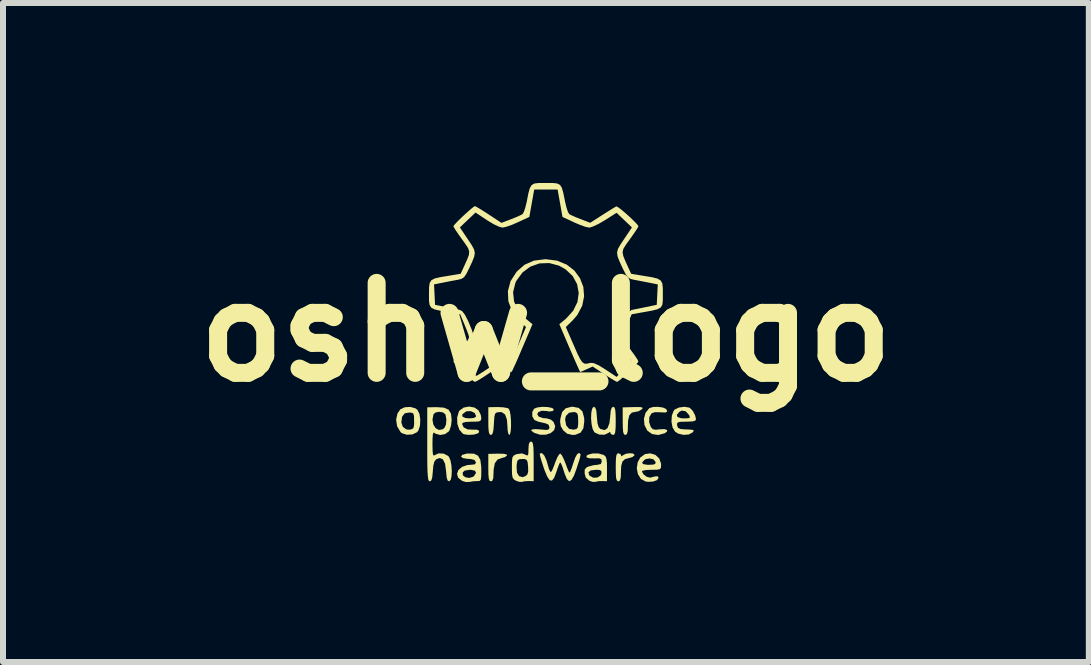
<source format=kicad_pcb>
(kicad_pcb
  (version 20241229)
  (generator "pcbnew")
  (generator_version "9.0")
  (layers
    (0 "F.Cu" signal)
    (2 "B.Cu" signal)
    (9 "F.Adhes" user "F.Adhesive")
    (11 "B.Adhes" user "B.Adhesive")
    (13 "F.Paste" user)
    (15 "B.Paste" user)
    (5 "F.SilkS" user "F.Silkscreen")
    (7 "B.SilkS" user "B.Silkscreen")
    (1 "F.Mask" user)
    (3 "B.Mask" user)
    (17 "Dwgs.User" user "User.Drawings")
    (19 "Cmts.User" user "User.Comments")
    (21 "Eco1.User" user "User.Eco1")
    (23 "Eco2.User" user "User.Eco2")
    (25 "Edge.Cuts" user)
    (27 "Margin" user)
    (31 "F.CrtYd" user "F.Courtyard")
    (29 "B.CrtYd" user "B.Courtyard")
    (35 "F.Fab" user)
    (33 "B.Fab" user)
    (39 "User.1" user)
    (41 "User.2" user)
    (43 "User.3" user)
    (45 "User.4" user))
  (footprint "oshw_logo"
    (layer "F.Cu")
    (at 6.05 2.487)
    (property "Reference" "oshw_logo" (at 0 0 0) (layer "F.SilkS") (effects (font (size 1.5 1.5) (thickness 0.3))))
    (attr board_only exclude_from_pos_files exclude_from_bom)
    (fp_poly (pts (xy -0.698 2.028) (xy -0.652 2.04) (xy -0.648 2.054) (xy -0.682 2.083) (xy -0.73 2.096) (xy -0.806 2.123) (xy -0.852 2.186) (xy -0.871 2.291) (xy -0.873 2.341) (xy -0.877 2.431) (xy -0.892 2.476) (xy -0.916 2.487) (xy -0.939 2.477) (xy -0.952 2.44) (xy -0.959 2.367) (xy -0.96 2.258) (xy -0.96 2.029) (xy -0.798 2.025)) (stroke (width 0) (type solid)) (fill yes) (layer "F.SilkS"))
    (fp_poly (pts (xy 1.602 1.253) (xy 1.612 1.268) (xy 1.6 1.285) (xy 1.543 1.319) (xy 1.501 1.327) (xy 1.432 1.341) (xy 1.39 1.387) (xy 1.37 1.475) (xy 1.367 1.553) (xy 1.364 1.648) (xy 1.351 1.698) (xy 1.327 1.713) (xy 1.324 1.714) (xy 1.302 1.703) (xy 1.288 1.666) (xy 1.282 1.593) (xy 1.28 1.484) (xy 1.28 1.254) (xy 1.458 1.249) (xy 1.554 1.248)) (stroke (width 0) (type solid)) (fill yes) (layer "F.SilkS"))
    (fp_poly (pts (xy 1.246 2.035) (xy 1.251 2.051) (xy 1.26 2.07) (xy 1.286 2.051) (xy 1.333 2.027) (xy 1.395 2.018) (xy 1.45 2.023) (xy 1.477 2.043) (xy 1.477 2.052) (xy 1.442 2.082) (xy 1.394 2.096) (xy 1.319 2.116) (xy 1.276 2.157) (xy 1.255 2.231) (xy 1.251 2.325) (xy 1.248 2.42) (xy 1.235 2.471) (xy 1.211 2.487) (xy 1.207 2.487) (xy 1.186 2.477) (xy 1.172 2.441) (xy 1.166 2.368) (xy 1.164 2.253) (xy 1.166 2.135) (xy 1.172 2.063) (xy 1.186 2.027) (xy 1.207 2.018)) (stroke (width 0) (type solid)) (fill yes) (layer "F.SilkS"))
    (fp_poly (pts (xy 1.953 1.257) (xy 2.004 1.281) (xy 2.004 1.281) (xy 2.024 1.322) (xy 1.991 1.34) (xy 1.906 1.335) (xy 1.903 1.335) (xy 1.814 1.334) (xy 1.76 1.354) (xy 1.724 1.415) (xy 1.721 1.5) (xy 1.748 1.58) (xy 1.78 1.617) (xy 1.83 1.627) (xy 1.892 1.62) (xy 1.974 1.616) (xy 2.019 1.63) (xy 2.019 1.657) (xy 1.981 1.685) (xy 1.873 1.714) (xy 1.769 1.698) (xy 1.69 1.641) (xy 1.643 1.548) (xy 1.634 1.443) (xy 1.661 1.344) (xy 1.721 1.27) (xy 1.728 1.265) (xy 1.789 1.247) (xy 1.873 1.245)) (stroke (width 0) (type solid)) (fill yes) (layer "F.SilkS"))
    (fp_poly (pts (xy -0.716 1.252) (xy -0.644 1.265) (xy -0.621 1.275) (xy -0.602 1.314) (xy -0.589 1.387) (xy -0.582 1.478) (xy -0.581 1.572) (xy -0.587 1.652) (xy -0.599 1.703) (xy -0.611 1.714) (xy -0.628 1.689) (xy -0.639 1.627) (xy -0.64 1.591) (xy -0.65 1.457) (xy -0.681 1.372) (xy -0.735 1.334) (xy -0.778 1.332) (xy -0.821 1.339) (xy -0.846 1.359) (xy -0.858 1.404) (xy -0.865 1.486) (xy -0.867 1.527) (xy -0.875 1.632) (xy -0.889 1.691) (xy -0.911 1.713) (xy -0.918 1.714) (xy -0.939 1.702) (xy -0.952 1.663) (xy -0.959 1.585) (xy -0.96 1.482) (xy -0.96 1.251) (xy -0.81 1.248)) (stroke (width 0) (type solid)) (fill yes) (layer "F.SilkS"))
    (fp_poly (pts (xy 0.548 1.263) (xy 0.609 1.322) (xy 0.637 1.425) (xy 0.64 1.483) (xy 0.625 1.602) (xy 0.577 1.676) (xy 0.493 1.71) (xy 0.444 1.714) (xy 0.353 1.692) (xy 0.29 1.638) (xy 0.249 1.571) (xy 0.237 1.496) (xy 0.24 1.456) (xy 0.32 1.456) (xy 0.338 1.554) (xy 0.387 1.612) (xy 0.46 1.625) (xy 0.507 1.616) (xy 0.53 1.591) (xy 0.538 1.535) (xy 0.538 1.479) (xy 0.535 1.396) (xy 0.522 1.353) (xy 0.491 1.335) (xy 0.471 1.331) (xy 0.386 1.343) (xy 0.333 1.397) (xy 0.32 1.456) (xy 0.24 1.456) (xy 0.242 1.439) (xy 0.27 1.332) (xy 0.33 1.269) (xy 0.426 1.244) (xy 0.452 1.244)) (stroke (width 0) (type solid)) (fill yes) (layer "F.SilkS"))
    (fp_poly (pts (xy -2.175 1.27) (xy -2.143 1.294) (xy -2.108 1.363) (xy -2.094 1.457) (xy -2.099 1.557) (xy -2.125 1.638) (xy -2.148 1.668) (xy -2.227 1.705) (xy -2.32 1.71) (xy -2.402 1.683) (xy -2.423 1.665) (xy -2.48 1.57) (xy -2.49 1.505) (xy -2.41 1.505) (xy -2.385 1.578) (xy -2.328 1.621) (xy -2.276 1.626) (xy -2.229 1.616) (xy -2.205 1.591) (xy -2.197 1.536) (xy -2.197 1.479) (xy -2.199 1.397) (xy -2.21 1.356) (xy -2.241 1.342) (xy -2.283 1.34) (xy -2.353 1.353) (xy -2.392 1.401) (xy -2.398 1.415) (xy -2.41 1.505) (xy -2.49 1.505) (xy -2.497 1.46) (xy -2.474 1.355) (xy -2.427 1.287) (xy -2.354 1.252) (xy -2.261 1.246)) (stroke (width 0) (type solid)) (fill yes) (layer "F.SilkS"))
    (fp_poly (pts (xy 1.143 1.255) (xy 1.156 1.294) (xy 1.162 1.371) (xy 1.164 1.479) (xy 1.162 1.596) (xy 1.155 1.668) (xy 1.142 1.704) (xy 1.12 1.714) (xy 1.081 1.696) (xy 1.077 1.68) (xy 1.068 1.661) (xy 1.042 1.68) (xy 0.975 1.71) (xy 0.89 1.707) (xy 0.816 1.674) (xy 0.805 1.663) (xy 0.778 1.611) (xy 0.761 1.531) (xy 0.753 1.438) (xy 0.756 1.349) (xy 0.769 1.28) (xy 0.792 1.245) (xy 0.799 1.244) (xy 0.824 1.26) (xy 0.841 1.313) (xy 0.85 1.413) (xy 0.85 1.414) (xy 0.86 1.521) (xy 0.881 1.585) (xy 0.909 1.614) (xy 0.977 1.633) (xy 1.027 1.6) (xy 1.059 1.516) (xy 1.071 1.414) (xy 1.08 1.313) (xy 1.096 1.26) (xy 1.122 1.244) (xy 1.122 1.244)) (stroke (width 0) (type solid)) (fill yes) (layer "F.SilkS"))
    (fp_poly (pts (xy 0.03 1.248) (xy 0.101 1.263) (xy 0.112 1.268) (xy 0.133 1.296) (xy 0.11 1.316) (xy 0.056 1.322) (xy 0.015 1.315) (xy -0.067 1.31) (xy -0.126 1.332) (xy -0.145 1.368) (xy -0.119 1.409) (xy -0.046 1.433) (xy 0.015 1.437) (xy 0.084 1.459) (xy 0.127 1.496) (xy 0.155 1.569) (xy 0.137 1.633) (xy 0.081 1.682) (xy 0.000249 1.709) (xy -0.096 1.71) (xy -0.195 1.678) (xy -0.197 1.677) (xy -0.244 1.643) (xy -0.236 1.623) (xy -0.176 1.616) (xy -0.084 1.622) (xy 0.001 1.63) (xy 0.043 1.624) (xy 0.057 1.601) (xy 0.058 1.583) (xy 0.043 1.541) (xy -0.012 1.518) (xy -0.046 1.511) (xy -0.128 1.492) (xy -0.188 1.466) (xy -0.192 1.463) (xy -0.227 1.404) (xy -0.227 1.33) (xy -0.198 1.277) (xy -0.145 1.255) (xy -0.061 1.245)) (stroke (width 0) (type solid)) (fill yes) (layer "F.SilkS"))
    (fp_poly (pts (xy -1.189 1.257) (xy -1.122 1.305) (xy -1.087 1.376) (xy -1.077 1.43) (xy -1.082 1.466) (xy -1.107 1.485) (xy -1.165 1.492) (xy -1.237 1.492) (xy -1.336 1.497) (xy -1.386 1.511) (xy -1.397 1.531) (xy -1.371 1.587) (xy -1.305 1.621) (xy -1.221 1.625) (xy -1.15 1.625) (xy -1.113 1.644) (xy -1.119 1.674) (xy -1.138 1.689) (xy -1.202 1.707) (xy -1.288 1.712) (xy -1.363 1.702) (xy -1.385 1.692) (xy -1.443 1.626) (xy -1.476 1.529) (xy -1.48 1.423) (xy -1.475 1.406) (xy -1.393 1.406) (xy -1.343 1.431) (xy -1.28 1.437) (xy -1.199 1.43) (xy -1.165 1.407) (xy -1.164 1.397) (xy -1.188 1.347) (xy -1.247 1.318) (xy -1.317 1.318) (xy -1.338 1.327) (xy -1.393 1.369) (xy -1.393 1.406) (xy -1.475 1.406) (xy -1.452 1.327) (xy -1.439 1.305) (xy -1.371 1.257) (xy -1.28 1.24)) (stroke (width 0) (type solid)) (fill yes) (layer "F.SilkS"))
    (fp_poly (pts (xy 0.876 2.022) (xy 0.962 2.046) (xy 0.992 2.069) (xy 1.009 2.11) (xy 1.017 2.18) (xy 1.018 2.279) (xy 1.018 2.484) (xy 0.935 2.482) (xy 0.865 2.485) (xy 0.825 2.496) (xy 0.78 2.496) (xy 0.726 2.478) (xy 0.665 2.425) (xy 0.646 2.356) (xy 0.646 2.337) (xy 0.708 2.337) (xy 0.723 2.385) (xy 0.73 2.393) (xy 0.788 2.426) (xy 0.855 2.424) (xy 0.909 2.392) (xy 0.926 2.356) (xy 0.924 2.314) (xy 0.893 2.297) (xy 0.833 2.294) (xy 0.746 2.305) (xy 0.708 2.337) (xy 0.646 2.337) (xy 0.647 2.289) (xy 0.68 2.253) (xy 0.713 2.239) (xy 0.798 2.217) (xy 0.86 2.211) (xy 0.916 2.198) (xy 0.931 2.154) (xy 0.923 2.117) (xy 0.889 2.103) (xy 0.816 2.104) (xy 0.727 2.103) (xy 0.678 2.088) (xy 0.677 2.062) (xy 0.699 2.044) (xy 0.777 2.022)) (stroke (width 0) (type solid)) (fill yes) (layer "F.SilkS"))
    (fp_poly (pts (xy -1.198 2.026) (xy -1.132 2.059) (xy -1.093 2.129) (xy -1.078 2.243) (xy -1.077 2.298) (xy -1.078 2.398) (xy -1.084 2.454) (xy -1.101 2.478) (xy -1.13 2.483) (xy -1.142 2.482) (xy -1.223 2.487) (xy -1.266 2.496) (xy -1.335 2.498) (xy -1.397 2.479) (xy -1.463 2.426) (xy -1.482 2.362) (xy -1.473 2.338) (xy -1.387 2.338) (xy -1.384 2.387) (xy -1.341 2.419) (xy -1.28 2.43) (xy -1.218 2.413) (xy -1.199 2.399) (xy -1.164 2.346) (xy -1.182 2.31) (xy -1.252 2.294) (xy -1.267 2.294) (xy -1.353 2.307) (xy -1.387 2.338) (xy -1.473 2.338) (xy -1.459 2.299) (xy -1.399 2.246) (xy -1.308 2.215) (xy -1.257 2.211) (xy -1.19 2.205) (xy -1.168 2.182) (xy -1.169 2.163) (xy -1.194 2.129) (xy -1.257 2.114) (xy -1.295 2.113) (xy -1.381 2.1) (xy -1.415 2.075) (xy -1.396 2.046) (xy -1.324 2.025) (xy -1.299 2.023)) (stroke (width 0) (type solid)) (fill yes) (layer "F.SilkS"))
    (fp_poly (pts (xy 1.824 2.045) (xy 1.889 2.105) (xy 1.92 2.194) (xy 1.92 2.211) (xy 1.918 2.259) (xy 1.9 2.283) (xy 1.853 2.293) (xy 1.763 2.294) (xy 1.76 2.294) (xy 1.673 2.298) (xy 1.614 2.309) (xy 1.6 2.32) (xy 1.624 2.367) (xy 1.677 2.409) (xy 1.733 2.425) (xy 1.743 2.424) (xy 1.824 2.404) (xy 1.864 2.403) (xy 1.876 2.421) (xy 1.877 2.43) (xy 1.851 2.467) (xy 1.787 2.49) (xy 1.705 2.495) (xy 1.659 2.488) (xy 1.583 2.445) (xy 1.534 2.367) (xy 1.515 2.27) (xy 1.529 2.173) (xy 1.604 2.173) (xy 1.62 2.199) (xy 1.691 2.211) (xy 1.719 2.211) (xy 1.795 2.207) (xy 1.826 2.19) (xy 1.828 2.163) (xy 1.794 2.121) (xy 1.731 2.105) (xy 1.664 2.116) (xy 1.642 2.129) (xy 1.604 2.173) (xy 1.529 2.173) (xy 1.53 2.169) (xy 1.573 2.09) (xy 1.651 2.033) (xy 1.74 2.02)) (stroke (width 0) (type solid)) (fill yes) (layer "F.SilkS"))
    (fp_poly (pts (xy 2.39 1.258) (xy 2.403 1.265) (xy 2.45 1.315) (xy 2.488 1.389) (xy 2.502 1.449) (xy 2.49 1.475) (xy 2.444 1.488) (xy 2.353 1.492) (xy 2.34 1.492) (xy 2.248 1.494) (xy 2.201 1.503) (xy 2.186 1.524) (xy 2.187 1.555) (xy 2.203 1.596) (xy 2.246 1.615) (xy 2.313 1.62) (xy 2.408 1.624) (xy 2.455 1.631) (xy 2.465 1.644) (xy 2.448 1.668) (xy 2.444 1.672) (xy 2.381 1.706) (xy 2.294 1.712) (xy 2.205 1.691) (xy 2.153 1.658) (xy 2.111 1.588) (xy 2.093 1.492) (xy 2.099 1.392) (xy 2.104 1.378) (xy 2.182 1.378) (xy 2.194 1.415) (xy 2.257 1.435) (xy 2.3 1.437) (xy 2.373 1.435) (xy 2.4 1.423) (xy 2.392 1.393) (xy 2.385 1.38) (xy 2.33 1.319) (xy 2.266 1.307) (xy 2.225 1.327) (xy 2.182 1.378) (xy 2.104 1.378) (xy 2.129 1.312) (xy 2.148 1.289) (xy 2.219 1.256) (xy 2.31 1.244)) (stroke (width 0) (type solid)) (fill yes) (layer "F.SilkS"))
    (fp_poly (pts (xy -0.228 1.832) (xy -0.216 1.863) (xy -0.208 1.925) (xy -0.205 2.025) (xy -0.204 2.154) (xy -0.204 2.484) (xy -0.287 2.482) (xy -0.357 2.485) (xy -0.397 2.496) (xy -0.441 2.496) (xy -0.496 2.478) (xy -0.534 2.455) (xy -0.555 2.423) (xy -0.565 2.365) (xy -0.567 2.269) (xy -0.567 2.252) (xy -0.567 2.238) (xy -0.489 2.238) (xy -0.483 2.339) (xy -0.448 2.4) (xy -0.39 2.417) (xy -0.344 2.402) (xy -0.309 2.372) (xy -0.295 2.32) (xy -0.297 2.244) (xy -0.305 2.165) (xy -0.322 2.127) (xy -0.358 2.115) (xy -0.393 2.114) (xy -0.447 2.119) (xy -0.474 2.141) (xy -0.486 2.197) (xy -0.489 2.238) (xy -0.567 2.238) (xy -0.566 2.151) (xy -0.559 2.091) (xy -0.54 2.059) (xy -0.505 2.04) (xy -0.486 2.033) (xy -0.399 2.021) (xy -0.348 2.04) (xy -0.313 2.056) (xy -0.296 2.043) (xy -0.291 1.99) (xy -0.291 1.949) (xy -0.285 1.867) (xy -0.266 1.829) (xy -0.247 1.824)) (stroke (width 0) (type solid)) (fill yes) (layer "F.SilkS"))
    (fp_poly (pts (xy -0.026 2.058) (xy 0.01 2.139) (xy 0.027 2.197) (xy 0.05 2.277) (xy 0.072 2.325) (xy 0.086 2.331) (xy 0.108 2.294) (xy 0.138 2.221) (xy 0.159 2.161) (xy 0.192 2.083) (xy 0.223 2.034) (xy 0.241 2.025) (xy 0.267 2.054) (xy 0.3 2.121) (xy 0.325 2.183) (xy 0.356 2.266) (xy 0.381 2.325) (xy 0.391 2.343) (xy 0.405 2.326) (xy 0.429 2.268) (xy 0.455 2.187) (xy 0.488 2.093) (xy 0.521 2.033) (xy 0.543 2.018) (xy 0.566 2.02) (xy 0.577 2.033) (xy 0.574 2.067) (xy 0.557 2.131) (xy 0.523 2.236) (xy 0.514 2.266) (xy 0.467 2.393) (xy 0.425 2.465) (xy 0.387 2.484) (xy 0.35 2.449) (xy 0.313 2.361) (xy 0.301 2.323) (xy 0.274 2.24) (xy 0.25 2.185) (xy 0.236 2.171) (xy 0.219 2.204) (xy 0.193 2.273) (xy 0.175 2.33) (xy 0.137 2.428) (xy 0.101 2.474) (xy 0.064 2.469) (xy 0.024 2.411) (xy -0.023 2.3) (xy -0.036 2.262) (xy -0.07 2.158) (xy -0.094 2.077) (xy -0.103 2.029) (xy -0.102 2.023) (xy -0.065 2.016)) (stroke (width 0) (type solid)) (fill yes) (layer "F.SilkS"))
    (fp_poly (pts (xy -1.702 1.258) (xy -1.623 1.292) (xy -1.582 1.359) (xy -1.571 1.463) (xy -1.581 1.556) (xy -1.606 1.634) (xy -1.616 1.652) (xy -1.68 1.699) (xy -1.763 1.714) (xy -1.839 1.693) (xy -1.856 1.68) (xy -1.874 1.675) (xy -1.885 1.706) (xy -1.89 1.779) (xy -1.891 1.866) (xy -1.889 1.975) (xy -1.883 2.037) (xy -1.87 2.058) (xy -1.856 2.051) (xy -1.787 2.02) (xy -1.704 2.025) (xy -1.631 2.062) (xy -1.616 2.079) (xy -1.591 2.138) (xy -1.575 2.222) (xy -1.569 2.315) (xy -1.573 2.401) (xy -1.588 2.463) (xy -1.613 2.487) (xy -1.639 2.472) (xy -1.655 2.418) (xy -1.664 2.318) (xy -1.664 2.318) (xy -1.681 2.193) (xy -1.717 2.12) (xy -1.771 2.098) (xy -1.826 2.117) (xy -1.858 2.154) (xy -1.877 2.225) (xy -1.885 2.318) (xy -1.894 2.418) (xy -1.91 2.471) (xy -1.936 2.487) (xy -1.936 2.487) (xy -1.95 2.48) (xy -1.961 2.454) (xy -1.968 2.403) (xy -1.974 2.32) (xy -1.977 2.2) (xy -1.978 2.036) (xy -1.978 1.87) (xy -1.978 1.46) (xy -1.891 1.46) (xy -1.877 1.539) (xy -1.839 1.6) (xy -1.785 1.63) (xy -1.724 1.62) (xy -1.693 1.598) (xy -1.666 1.541) (xy -1.659 1.459) (xy -1.673 1.377) (xy -1.676 1.37) (xy -1.716 1.337) (xy -1.781 1.327) (xy -1.844 1.341) (xy -1.874 1.37) (xy -1.891 1.46) (xy -1.978 1.46) (xy -1.978 1.253) (xy -1.826 1.25)) (stroke (width 0) (type solid)) (fill yes) (layer "F.SilkS"))
    (fp_poly (pts (xy 0 -2.487) (xy 0.111 -2.487) (xy 0.186 -2.479) (xy 0.235 -2.455) (xy 0.266 -2.405) (xy 0.29 -2.321) (xy 0.316 -2.193) (xy 0.319 -2.177) (xy 0.342 -2.08) (xy 0.367 -2.005) (xy 0.389 -1.968) (xy 0.433 -1.945) (xy 0.511 -1.911) (xy 0.58 -1.884) (xy 0.738 -1.823) (xy 0.944 -1.955) (xy 1.04 -2.016) (xy 1.119 -2.065) (xy 1.167 -2.093) (xy 1.174 -2.097) (xy 1.203 -2.083) (xy 1.26 -2.04) (xy 1.333 -1.978) (xy 1.41 -1.909) (xy 1.478 -1.843) (xy 1.526 -1.791) (xy 1.542 -1.765) (xy 1.527 -1.735) (xy 1.485 -1.671) (xy 1.426 -1.586) (xy 1.398 -1.547) (xy 1.331 -1.454) (xy 1.291 -1.389) (xy 1.278 -1.333) (xy 1.289 -1.272) (xy 1.323 -1.187) (xy 1.362 -1.102) (xy 1.421 -0.973) (xy 1.634 -0.938) (xy 1.772 -0.915) (xy 1.862 -0.892) (xy 1.915 -0.86) (xy 1.941 -0.81) (xy 1.949 -0.731) (xy 1.949 -0.634) (xy 1.949 -0.529) (xy 1.941 -0.458) (xy 1.915 -0.412) (xy 1.862 -0.382) (xy 1.773 -0.36) (xy 1.637 -0.335) (xy 1.624 -0.333) (xy 1.429 -0.298) (xy 1.355 -0.121) (xy 1.317 -0.028) (xy 1.29 0.047) (xy 1.28 0.087) (xy 1.28 0.087) (xy 1.296 0.122) (xy 1.338 0.189) (xy 1.398 0.274) (xy 1.411 0.292) (xy 1.473 0.377) (xy 1.52 0.446) (xy 1.541 0.486) (xy 1.542 0.489) (xy 1.523 0.518) (xy 1.472 0.573) (xy 1.404 0.642) (xy 1.328 0.714) (xy 1.258 0.776) (xy 1.206 0.818) (xy 1.186 0.829) (xy 1.155 0.814) (xy 1.089 0.775) (xy 1.001 0.719) (xy 0.973 0.701) (xy 0.78 0.573) (xy 0.68 0.618) (xy 0.614 0.647) (xy 0.575 0.663) (xy 0.572 0.663) (xy 0.559 0.639) (xy 0.528 0.572) (xy 0.484 0.472) (xy 0.429 0.346) (xy 0.394 0.265) (xy 0.224 -0.133) (xy 0.335 -0.225) (xy 0.455 -0.357) (xy 0.526 -0.503) (xy 0.547 -0.653) (xy 0.52 -0.8) (xy 0.447 -0.935) (xy 0.328 -1.047) (xy 0.218 -1.109) (xy 0.055 -1.152) (xy -0.108 -1.146) (xy -0.26 -1.092) (xy -0.39 -0.995) (xy -0.49 -0.86) (xy -0.508 -0.823) (xy -0.547 -0.667) (xy -0.531 -0.511) (xy -0.46 -0.362) (xy -0.339 -0.228) (xy -0.335 -0.225) (xy -0.224 -0.132) (xy -0.394 0.265) (xy -0.452 0.402) (xy -0.503 0.518) (xy -0.543 0.605) (xy -0.566 0.655) (xy -0.572 0.663) (xy -0.601 0.653) (xy -0.662 0.626) (xy -0.68 0.618) (xy -0.781 0.572) (xy -0.97 0.701) (xy -1.062 0.761) (xy -1.136 0.806) (xy -1.18 0.828) (xy -1.184 0.829) (xy -1.215 0.811) (xy -1.275 0.762) (xy -1.352 0.692) (xy -1.376 0.669) (xy -1.453 0.593) (xy -1.511 0.53) (xy -1.54 0.493) (xy -1.542 0.488) (xy -1.526 0.456) (xy -1.484 0.393) (xy -1.425 0.31) (xy -1.411 0.292) (xy -1.349 0.205) (xy -1.302 0.133) (xy -1.281 0.09) (xy -1.28 0.087) (xy -1.29 0.047) (xy -1.317 -0.028) (xy -1.355 -0.121) (xy -1.355 -0.121) (xy -1.429 -0.298) (xy -1.624 -0.333) (xy -1.764 -0.358) (xy -1.857 -0.38) (xy -1.912 -0.409) (xy -1.939 -0.454) (xy -1.949 -0.522) (xy -1.949 -0.624) (xy -1.949 -0.634) (xy -1.948 -0.744) (xy -1.941 -0.796) (xy -1.865 -0.796) (xy -1.856 -0.626) (xy -1.848 -0.456) (xy -1.673 -0.42) (xy -1.568 -0.398) (xy -1.479 -0.38) (xy -1.436 -0.371) (xy -1.394 -0.348) (xy -1.35 -0.29) (xy -1.298 -0.189) (xy -1.283 -0.154) (xy -1.24 -0.05) (xy -1.209 0.039) (xy -1.193 0.097) (xy -1.193 0.104) (xy -1.209 0.152) (xy -1.252 0.228) (xy -1.309 0.311) (xy -1.368 0.392) (xy -1.409 0.455) (xy -1.426 0.487) (xy -1.426 0.487) (xy -1.406 0.523) (xy -1.357 0.577) (xy -1.292 0.637) (xy -1.226 0.689) (xy -1.174 0.722) (xy -1.152 0.726) (xy -1.113 0.702) (xy -1.042 0.657) (xy -0.954 0.599) (xy -0.954 0.598) (xy -0.864 0.541) (xy -0.804 0.511) (xy -0.76 0.506) (xy -0.715 0.519) (xy -0.709 0.522) (xy -0.647 0.539) (xy -0.609 0.533) (xy -0.59 0.5) (xy -0.555 0.427) (xy -0.508 0.324) (xy -0.46 0.213) (xy -0.332 -0.085) (xy -0.451 -0.202) (xy -0.565 -0.352) (xy -0.626 -0.515) (xy -0.634 -0.684) (xy -0.589 -0.851) (xy -0.489 -1.006) (xy -0.488 -1.008) (xy -0.356 -1.124) (xy -0.2 -1.192) (xy -0.012 -1.216) (xy 0 -1.216) (xy 0.187 -1.192) (xy 0.347 -1.126) (xy 0.475 -1.026) (xy 0.568 -0.899) (xy 0.624 -0.754) (xy 0.637 -0.598) (xy 0.605 -0.44) (xy 0.524 -0.287) (xy 0.451 -0.202) (xy 0.332 -0.085) (xy 0.468 0.227) (xy 0.526 0.36) (xy 0.571 0.449) (xy 0.608 0.502) (xy 0.645 0.525) (xy 0.688 0.525) (xy 0.742 0.512) (xy 0.797 0.516) (xy 0.882 0.554) (xy 0.989 0.62) (xy 1.178 0.745) (xy 1.302 0.629) (xy 1.368 0.564) (xy 1.413 0.512) (xy 1.426 0.489) (xy 1.41 0.456) (xy 1.369 0.392) (xy 1.311 0.31) (xy 1.309 0.307) (xy 1.251 0.221) (xy 1.209 0.147) (xy 1.193 0.101) (xy 1.204 0.053) (xy 1.232 -0.03) (xy 1.273 -0.131) (xy 1.283 -0.154) (xy 1.338 -0.268) (xy 1.383 -0.337) (xy 1.425 -0.368) (xy 1.436 -0.371) (xy 1.498 -0.384) (xy 1.593 -0.403) (xy 1.673 -0.42) (xy 1.848 -0.456) (xy 1.856 -0.626) (xy 1.865 -0.796) (xy 1.725 -0.824) (xy 1.613 -0.846) (xy 1.503 -0.867) (xy 1.474 -0.872) (xy 1.411 -0.887) (xy 1.368 -0.914) (xy 1.33 -0.965) (xy 1.285 -1.054) (xy 1.281 -1.062) (xy 1.226 -1.181) (xy 1.194 -1.265) (xy 1.186 -1.329) (xy 1.202 -1.39) (xy 1.244 -1.463) (xy 1.299 -1.545) (xy 1.434 -1.746) (xy 1.306 -1.868) (xy 1.178 -1.99) (xy 0.983 -1.866) (xy 0.882 -1.807) (xy 0.792 -1.764) (xy 0.729 -1.743) (xy 0.721 -1.743) (xy 0.662 -1.755) (xy 0.572 -1.787) (xy 0.468 -1.831) (xy 0.466 -1.833) (xy 0.276 -1.921) (xy 0.236 -2.149) (xy 0.195 -2.377) (xy 0 -2.377) (xy -0.195 -2.377) (xy -0.236 -2.149) (xy -0.276 -1.921) (xy -0.466 -1.833) (xy -0.569 -1.788) (xy -0.662 -1.756) (xy -0.722 -1.743) (xy -0.723 -1.743) (xy -0.779 -1.757) (xy -0.865 -1.797) (xy -0.963 -1.855) (xy -0.983 -1.868) (xy -1.173 -1.994) (xy -1.304 -1.87) (xy -1.434 -1.746) (xy -1.299 -1.545) (xy -1.236 -1.45) (xy -1.198 -1.38) (xy -1.185 -1.319) (xy -1.197 -1.253) (xy -1.233 -1.165) (xy -1.281 -1.062) (xy -1.327 -0.97) (xy -1.365 -0.916) (xy -1.408 -0.888) (xy -1.468 -0.873) (xy -1.474 -0.872) (xy -1.574 -0.854) (xy -1.69 -0.831) (xy -1.725 -0.824) (xy -1.865 -0.796) (xy -1.941 -0.796) (xy -1.938 -0.819) (xy -1.909 -0.866) (xy -1.851 -0.896) (xy -1.755 -0.918) (xy -1.634 -0.938) (xy -1.421 -0.973) (xy -1.362 -1.102) (xy -1.312 -1.213) (xy -1.283 -1.29) (xy -1.279 -1.348) (xy -1.299 -1.404) (xy -1.346 -1.476) (xy -1.398 -1.547) (xy -1.463 -1.639) (xy -1.513 -1.713) (xy -1.539 -1.758) (xy -1.542 -1.765) (xy -1.523 -1.793) (xy -1.472 -1.847) (xy -1.403 -1.915) (xy -1.327 -1.985) (xy -1.257 -2.047) (xy -1.205 -2.089) (xy -1.184 -2.101) (xy -1.152 -2.086) (xy -1.085 -2.046) (xy -0.995 -1.989) (xy -0.952 -1.961) (xy -0.741 -1.822) (xy -0.581 -1.883) (xy -0.489 -1.92) (xy -0.418 -1.952) (xy -0.389 -1.968) (xy -0.367 -2.006) (xy -0.342 -2.082) (xy -0.319 -2.177) (xy -0.293 -2.311) (xy -0.269 -2.399) (xy -0.238 -2.452) (xy -0.192 -2.478) (xy -0.12 -2.487) (xy -0.013 -2.487)) (stroke (width 0) (type solid)) (fill yes) (layer "F.SilkS")))
  (gr_rect
    (start -3 -3)
    (end 15.1 7.985)
    (stroke (width 0.1) (type default))
    (fill no)
    (layer "Edge.Cuts")))
</source>
